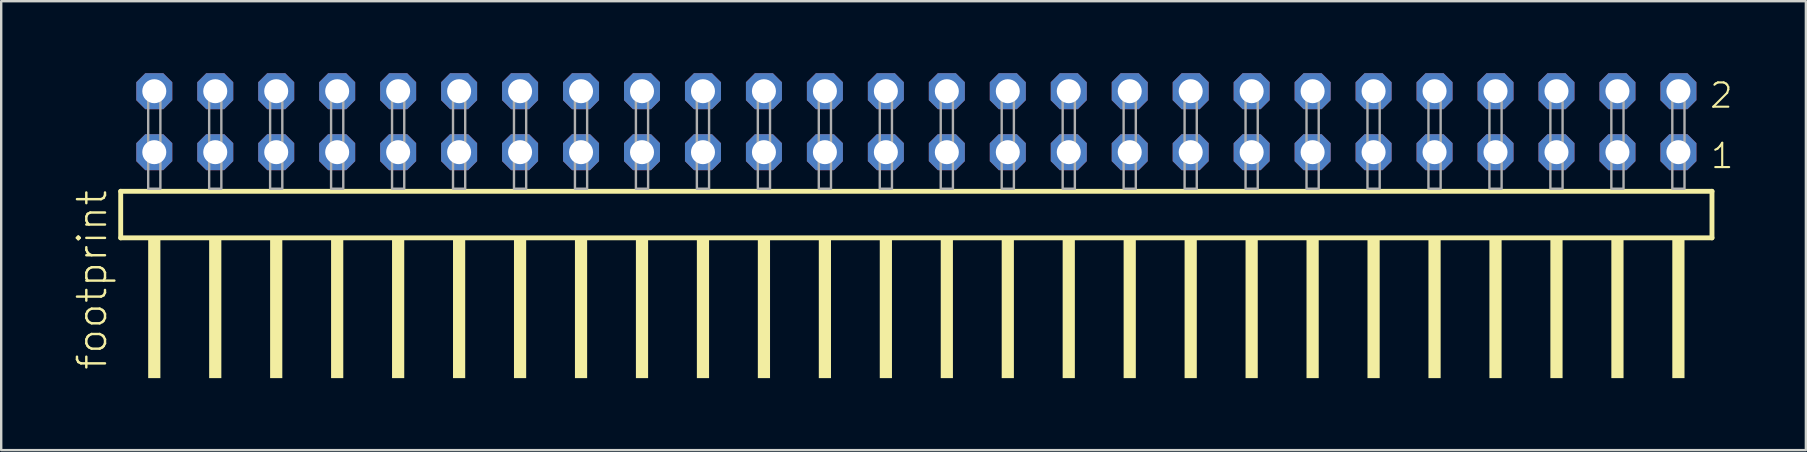
<source format=kicad_pcb>
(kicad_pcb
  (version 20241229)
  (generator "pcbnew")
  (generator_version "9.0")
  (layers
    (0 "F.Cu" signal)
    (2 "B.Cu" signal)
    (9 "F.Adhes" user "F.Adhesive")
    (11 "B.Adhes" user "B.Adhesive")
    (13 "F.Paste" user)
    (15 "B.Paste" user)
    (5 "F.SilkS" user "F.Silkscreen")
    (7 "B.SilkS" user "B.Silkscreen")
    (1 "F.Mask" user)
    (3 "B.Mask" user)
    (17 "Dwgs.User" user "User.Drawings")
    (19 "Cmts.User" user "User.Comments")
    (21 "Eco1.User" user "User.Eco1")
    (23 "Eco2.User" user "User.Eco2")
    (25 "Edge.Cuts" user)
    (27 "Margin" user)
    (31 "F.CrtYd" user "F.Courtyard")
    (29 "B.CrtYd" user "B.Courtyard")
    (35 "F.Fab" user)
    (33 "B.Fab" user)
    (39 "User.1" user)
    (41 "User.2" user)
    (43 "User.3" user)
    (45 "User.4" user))
  (footprint "footprint"
    (layer "F.Cu")
    (at 35.128 4.814)
    (property "Reference" "footprint" (at -33.655 7.62 90) (layer "F.SilkS") (effects (font (size 1.168 1.168) (thickness 0.102)) (justify left bottom)))
    (fp_line (start -33.149 0.106) (end -33.149 2.046) (stroke (width 0.203) (type solid)) (layer "F.SilkS"))
    (fp_line (start -33.149 2.046) (end 33.149 2.046) (stroke (width 0.203) (type solid)) (layer "F.SilkS"))
    (fp_line (start 33.149 0.106) (end -33.149 0.106) (stroke (width 0.203) (type solid)) (layer "F.SilkS"))
    (fp_line (start 33.149 2.046) (end 33.149 0.106) (stroke (width 0.203) (type solid)) (layer "F.SilkS"))
    (fp_poly (pts (xy -32.004 7.89) (xy -31.496 7.89) (xy -31.496 2.04) (xy -32.004 2.04)) (stroke (width 0) (type solid)) (fill yes) (layer "F.SilkS"))
    (fp_poly (pts (xy -29.464 7.89) (xy -28.956 7.89) (xy -28.956 2.04) (xy -29.464 2.04)) (stroke (width 0) (type solid)) (fill yes) (layer "F.SilkS"))
    (fp_poly (pts (xy -26.924 7.89) (xy -26.416 7.89) (xy -26.416 2.04) (xy -26.924 2.04)) (stroke (width 0) (type solid)) (fill yes) (layer "F.SilkS"))
    (fp_poly (pts (xy -24.384 7.89) (xy -23.876 7.89) (xy -23.876 2.04) (xy -24.384 2.04)) (stroke (width 0) (type solid)) (fill yes) (layer "F.SilkS"))
    (fp_poly (pts (xy -21.844 7.89) (xy -21.336 7.89) (xy -21.336 2.04) (xy -21.844 2.04)) (stroke (width 0) (type solid)) (fill yes) (layer "F.SilkS"))
    (fp_poly (pts (xy -19.304 7.89) (xy -18.796 7.89) (xy -18.796 2.04) (xy -19.304 2.04)) (stroke (width 0) (type solid)) (fill yes) (layer "F.SilkS"))
    (fp_poly (pts (xy -16.764 7.89) (xy -16.256 7.89) (xy -16.256 2.04) (xy -16.764 2.04)) (stroke (width 0) (type solid)) (fill yes) (layer "F.SilkS"))
    (fp_poly (pts (xy -14.224 7.89) (xy -13.716 7.89) (xy -13.716 2.04) (xy -14.224 2.04)) (stroke (width 0) (type solid)) (fill yes) (layer "F.SilkS"))
    (fp_poly (pts (xy -11.684 7.89) (xy -11.176 7.89) (xy -11.176 2.04) (xy -11.684 2.04)) (stroke (width 0) (type solid)) (fill yes) (layer "F.SilkS"))
    (fp_poly (pts (xy -9.144 7.89) (xy -8.636 7.89) (xy -8.636 2.04) (xy -9.144 2.04)) (stroke (width 0) (type solid)) (fill yes) (layer "F.SilkS"))
    (fp_poly (pts (xy -6.604 7.89) (xy -6.096 7.89) (xy -6.096 2.04) (xy -6.604 2.04)) (stroke (width 0) (type solid)) (fill yes) (layer "F.SilkS"))
    (fp_poly (pts (xy -4.064 7.89) (xy -3.556 7.89) (xy -3.556 2.04) (xy -4.064 2.04)) (stroke (width 0) (type solid)) (fill yes) (layer "F.SilkS"))
    (fp_poly (pts (xy -1.524 7.89) (xy -1.016 7.89) (xy -1.016 2.04) (xy -1.524 2.04)) (stroke (width 0) (type solid)) (fill yes) (layer "F.SilkS"))
    (fp_poly (pts (xy 1.016 7.89) (xy 1.524 7.89) (xy 1.524 2.04) (xy 1.016 2.04)) (stroke (width 0) (type solid)) (fill yes) (layer "F.SilkS"))
    (fp_poly (pts (xy 3.556 7.89) (xy 4.064 7.89) (xy 4.064 2.04) (xy 3.556 2.04)) (stroke (width 0) (type solid)) (fill yes) (layer "F.SilkS"))
    (fp_poly (pts (xy 6.096 7.89) (xy 6.604 7.89) (xy 6.604 2.04) (xy 6.096 2.04)) (stroke (width 0) (type solid)) (fill yes) (layer "F.SilkS"))
    (fp_poly (pts (xy 8.636 7.89) (xy 9.144 7.89) (xy 9.144 2.04) (xy 8.636 2.04)) (stroke (width 0) (type solid)) (fill yes) (layer "F.SilkS"))
    (fp_poly (pts (xy 11.176 7.89) (xy 11.684 7.89) (xy 11.684 2.04) (xy 11.176 2.04)) (stroke (width 0) (type solid)) (fill yes) (layer "F.SilkS"))
    (fp_poly (pts (xy 13.716 7.89) (xy 14.224 7.89) (xy 14.224 2.04) (xy 13.716 2.04)) (stroke (width 0) (type solid)) (fill yes) (layer "F.SilkS"))
    (fp_poly (pts (xy 16.256 7.89) (xy 16.764 7.89) (xy 16.764 2.04) (xy 16.256 2.04)) (stroke (width 0) (type solid)) (fill yes) (layer "F.SilkS"))
    (fp_poly (pts (xy 18.796 7.89) (xy 19.304 7.89) (xy 19.304 2.04) (xy 18.796 2.04)) (stroke (width 0) (type solid)) (fill yes) (layer "F.SilkS"))
    (fp_poly (pts (xy 21.336 7.89) (xy 21.844 7.89) (xy 21.844 2.04) (xy 21.336 2.04)) (stroke (width 0) (type solid)) (fill yes) (layer "F.SilkS"))
    (fp_poly (pts (xy 23.876 7.89) (xy 24.384 7.89) (xy 24.384 2.04) (xy 23.876 2.04)) (stroke (width 0) (type solid)) (fill yes) (layer "F.SilkS"))
    (fp_poly (pts (xy 26.416 7.89) (xy 26.924 7.89) (xy 26.924 2.04) (xy 26.416 2.04)) (stroke (width 0) (type solid)) (fill yes) (layer "F.SilkS"))
    (fp_poly (pts (xy 28.956 7.89) (xy 29.464 7.89) (xy 29.464 2.04) (xy 28.956 2.04)) (stroke (width 0) (type solid)) (fill yes) (layer "F.SilkS"))
    (fp_poly (pts (xy 31.496 7.89) (xy 32.004 7.89) (xy 32.004 2.04) (xy 31.496 2.04)) (stroke (width 0) (type solid)) (fill yes) (layer "F.SilkS"))
    (fp_poly (pts (xy -32.004 0) (xy -31.496 0) (xy -31.496 -4.318) (xy -32.004 -4.318)) (stroke (width 0.1) (type solid)) (fill no) (layer "F.Fab"))
    (fp_poly (pts (xy -29.464 0) (xy -28.956 0) (xy -28.956 -4.318) (xy -29.464 -4.318)) (stroke (width 0.1) (type solid)) (fill no) (layer "F.Fab"))
    (fp_poly (pts (xy -26.924 0) (xy -26.416 0) (xy -26.416 -4.318) (xy -26.924 -4.318)) (stroke (width 0.1) (type solid)) (fill no) (layer "F.Fab"))
    (fp_poly (pts (xy -24.384 0) (xy -23.876 0) (xy -23.876 -4.318) (xy -24.384 -4.318)) (stroke (width 0.1) (type solid)) (fill no) (layer "F.Fab"))
    (fp_poly (pts (xy -21.844 0) (xy -21.336 0) (xy -21.336 -4.318) (xy -21.844 -4.318)) (stroke (width 0.1) (type solid)) (fill no) (layer "F.Fab"))
    (fp_poly (pts (xy -19.304 0) (xy -18.796 0) (xy -18.796 -4.318) (xy -19.304 -4.318)) (stroke (width 0.1) (type solid)) (fill no) (layer "F.Fab"))
    (fp_poly (pts (xy -16.764 0) (xy -16.256 0) (xy -16.256 -4.318) (xy -16.764 -4.318)) (stroke (width 0.1) (type solid)) (fill no) (layer "F.Fab"))
    (fp_poly (pts (xy -14.224 0) (xy -13.716 0) (xy -13.716 -4.318) (xy -14.224 -4.318)) (stroke (width 0.1) (type solid)) (fill no) (layer "F.Fab"))
    (fp_poly (pts (xy -11.684 0) (xy -11.176 0) (xy -11.176 -4.318) (xy -11.684 -4.318)) (stroke (width 0.1) (type solid)) (fill no) (layer "F.Fab"))
    (fp_poly (pts (xy -9.144 0) (xy -8.636 0) (xy -8.636 -4.318) (xy -9.144 -4.318)) (stroke (width 0.1) (type solid)) (fill no) (layer "F.Fab"))
    (fp_poly (pts (xy -6.604 0) (xy -6.096 0) (xy -6.096 -4.318) (xy -6.604 -4.318)) (stroke (width 0.1) (type solid)) (fill no) (layer "F.Fab"))
    (fp_poly (pts (xy -4.064 0) (xy -3.556 0) (xy -3.556 -4.318) (xy -4.064 -4.318)) (stroke (width 0.1) (type solid)) (fill no) (layer "F.Fab"))
    (fp_poly (pts (xy -1.524 0) (xy -1.016 0) (xy -1.016 -4.318) (xy -1.524 -4.318)) (stroke (width 0.1) (type solid)) (fill no) (layer "F.Fab"))
    (fp_poly (pts (xy 1.016 0) (xy 1.524 0) (xy 1.524 -4.318) (xy 1.016 -4.318)) (stroke (width 0.1) (type solid)) (fill no) (layer "F.Fab"))
    (fp_poly (pts (xy 3.556 0) (xy 4.064 0) (xy 4.064 -4.318) (xy 3.556 -4.318)) (stroke (width 0.1) (type solid)) (fill no) (layer "F.Fab"))
    (fp_poly (pts (xy 6.096 0) (xy 6.604 0) (xy 6.604 -4.318) (xy 6.096 -4.318)) (stroke (width 0.1) (type solid)) (fill no) (layer "F.Fab"))
    (fp_poly (pts (xy 8.636 0) (xy 9.144 0) (xy 9.144 -4.318) (xy 8.636 -4.318)) (stroke (width 0.1) (type solid)) (fill no) (layer "F.Fab"))
    (fp_poly (pts (xy 11.176 0) (xy 11.684 0) (xy 11.684 -4.318) (xy 11.176 -4.318)) (stroke (width 0.1) (type solid)) (fill no) (layer "F.Fab"))
    (fp_poly (pts (xy 13.716 0) (xy 14.224 0) (xy 14.224 -4.318) (xy 13.716 -4.318)) (stroke (width 0.1) (type solid)) (fill no) (layer "F.Fab"))
    (fp_poly (pts (xy 16.256 0) (xy 16.764 0) (xy 16.764 -4.318) (xy 16.256 -4.318)) (stroke (width 0.1) (type solid)) (fill no) (layer "F.Fab"))
    (fp_poly (pts (xy 18.796 0) (xy 19.304 0) (xy 19.304 -4.318) (xy 18.796 -4.318)) (stroke (width 0.1) (type solid)) (fill no) (layer "F.Fab"))
    (fp_poly (pts (xy 21.336 0) (xy 21.844 0) (xy 21.844 -4.318) (xy 21.336 -4.318)) (stroke (width 0.1) (type solid)) (fill no) (layer "F.Fab"))
    (fp_poly (pts (xy 23.876 0) (xy 24.384 0) (xy 24.384 -4.318) (xy 23.876 -4.318)) (stroke (width 0.1) (type solid)) (fill no) (layer "F.Fab"))
    (fp_poly (pts (xy 26.416 0) (xy 26.924 0) (xy 26.924 -4.318) (xy 26.416 -4.318)) (stroke (width 0.1) (type solid)) (fill no) (layer "F.Fab"))
    (fp_poly (pts (xy 28.956 0) (xy 29.464 0) (xy 29.464 -4.318) (xy 28.956 -4.318)) (stroke (width 0.1) (type solid)) (fill no) (layer "F.Fab"))
    (fp_poly (pts (xy 31.496 0) (xy 32.004 0) (xy 32.004 -4.318) (xy 31.496 -4.318)) (stroke (width 0.1) (type solid)) (fill no) (layer "F.Fab"))
    (fp_text user "2" (at 33 -3.29 0) (layer "F.SilkS") (effects (font (size 1.012 1.012) (thickness 0.088)) (justify left bottom)))
    (fp_text user "1" (at 33.035 -0.775 0) (layer "F.SilkS") (effects (font (size 1.012 1.012) (thickness 0.088)) (justify left bottom)))
    (pad "1" thru_hole roundrect (at 31.75 -1.524 180) (size 1.5 1.5) (drill 1) (layers "*.Cu" "*.Mask") (roundrect_rratio 0.25) (chamfer_ratio 0.25) (chamfer top_left top_right bottom_left bottom_right))
    (pad "2" thru_hole roundrect (at 31.75 -4.064 180) (size 1.5 1.5) (drill 1) (layers "*.Cu" "*.Mask") (roundrect_rratio 0.25) (chamfer_ratio 0.25) (chamfer top_left top_right bottom_left bottom_right))
    (pad "3" thru_hole roundrect (at 29.21 -1.524 180) (size 1.5 1.5) (drill 1) (layers "*.Cu" "*.Mask") (roundrect_rratio 0.25) (chamfer_ratio 0.25) (chamfer top_left top_right bottom_left bottom_right))
    (pad "4" thru_hole roundrect (at 29.21 -4.064 180) (size 1.5 1.5) (drill 1) (layers "*.Cu" "*.Mask") (roundrect_rratio 0.25) (chamfer_ratio 0.25) (chamfer top_left top_right bottom_left bottom_right))
    (pad "5" thru_hole roundrect (at 26.67 -1.524 180) (size 1.5 1.5) (drill 1) (layers "*.Cu" "*.Mask") (roundrect_rratio 0.25) (chamfer_ratio 0.25) (chamfer top_left top_right bottom_left bottom_right))
    (pad "6" thru_hole roundrect (at 26.67 -4.064 180) (size 1.5 1.5) (drill 1) (layers "*.Cu" "*.Mask") (roundrect_rratio 0.25) (chamfer_ratio 0.25) (chamfer top_left top_right bottom_left bottom_right))
    (pad "7" thru_hole roundrect (at 24.13 -1.524 180) (size 1.5 1.5) (drill 1) (layers "*.Cu" "*.Mask") (roundrect_rratio 0.25) (chamfer_ratio 0.25) (chamfer top_left top_right bottom_left bottom_right))
    (pad "8" thru_hole roundrect (at 24.13 -4.064 180) (size 1.5 1.5) (drill 1) (layers "*.Cu" "*.Mask") (roundrect_rratio 0.25) (chamfer_ratio 0.25) (chamfer top_left top_right bottom_left bottom_right))
    (pad "9" thru_hole roundrect (at 21.59 -1.524 180) (size 1.5 1.5) (drill 1) (layers "*.Cu" "*.Mask") (roundrect_rratio 0.25) (chamfer_ratio 0.25) (chamfer top_left top_right bottom_left bottom_right))
    (pad "10" thru_hole roundrect (at 21.59 -4.064 180) (size 1.5 1.5) (drill 1) (layers "*.Cu" "*.Mask") (roundrect_rratio 0.25) (chamfer_ratio 0.25) (chamfer top_left top_right bottom_left bottom_right))
    (pad "11" thru_hole roundrect (at 19.05 -1.524 180) (size 1.5 1.5) (drill 1) (layers "*.Cu" "*.Mask") (roundrect_rratio 0.25) (chamfer_ratio 0.25) (chamfer top_left top_right bottom_left bottom_right))
    (pad "12" thru_hole roundrect (at 19.05 -4.064 180) (size 1.5 1.5) (drill 1) (layers "*.Cu" "*.Mask") (roundrect_rratio 0.25) (chamfer_ratio 0.25) (chamfer top_left top_right bottom_left bottom_right))
    (pad "13" thru_hole roundrect (at 16.51 -1.524 180) (size 1.5 1.5) (drill 1) (layers "*.Cu" "*.Mask") (roundrect_rratio 0.25) (chamfer_ratio 0.25) (chamfer top_left top_right bottom_left bottom_right))
    (pad "14" thru_hole roundrect (at 16.51 -4.064 180) (size 1.5 1.5) (drill 1) (layers "*.Cu" "*.Mask") (roundrect_rratio 0.25) (chamfer_ratio 0.25) (chamfer top_left top_right bottom_left bottom_right))
    (pad "15" thru_hole roundrect (at 13.97 -1.524 180) (size 1.5 1.5) (drill 1) (layers "*.Cu" "*.Mask") (roundrect_rratio 0.25) (chamfer_ratio 0.25) (chamfer top_left top_right bottom_left bottom_right))
    (pad "16" thru_hole roundrect (at 13.97 -4.064 180) (size 1.5 1.5) (drill 1) (layers "*.Cu" "*.Mask") (roundrect_rratio 0.25) (chamfer_ratio 0.25) (chamfer top_left top_right bottom_left bottom_right))
    (pad "17" thru_hole roundrect (at 11.43 -1.524 180) (size 1.5 1.5) (drill 1) (layers "*.Cu" "*.Mask") (roundrect_rratio 0.25) (chamfer_ratio 0.25) (chamfer top_left top_right bottom_left bottom_right))
    (pad "18" thru_hole roundrect (at 11.43 -4.064 180) (size 1.5 1.5) (drill 1) (layers "*.Cu" "*.Mask") (roundrect_rratio 0.25) (chamfer_ratio 0.25) (chamfer top_left top_right bottom_left bottom_right))
    (pad "19" thru_hole roundrect (at 8.89 -1.524 180) (size 1.5 1.5) (drill 1) (layers "*.Cu" "*.Mask") (roundrect_rratio 0.25) (chamfer_ratio 0.25) (chamfer top_left top_right bottom_left bottom_right))
    (pad "20" thru_hole roundrect (at 8.89 -4.064 180) (size 1.5 1.5) (drill 1) (layers "*.Cu" "*.Mask") (roundrect_rratio 0.25) (chamfer_ratio 0.25) (chamfer top_left top_right bottom_left bottom_right))
    (pad "21" thru_hole roundrect (at 6.35 -1.524 180) (size 1.5 1.5) (drill 1) (layers "*.Cu" "*.Mask") (roundrect_rratio 0.25) (chamfer_ratio 0.25) (chamfer top_left top_right bottom_left bottom_right))
    (pad "22" thru_hole roundrect (at 6.35 -4.064 180) (size 1.5 1.5) (drill 1) (layers "*.Cu" "*.Mask") (roundrect_rratio 0.25) (chamfer_ratio 0.25) (chamfer top_left top_right bottom_left bottom_right))
    (pad "23" thru_hole roundrect (at 3.81 -1.524 180) (size 1.5 1.5) (drill 1) (layers "*.Cu" "*.Mask") (roundrect_rratio 0.25) (chamfer_ratio 0.25) (chamfer top_left top_right bottom_left bottom_right))
    (pad "24" thru_hole roundrect (at 3.81 -4.064 180) (size 1.5 1.5) (drill 1) (layers "*.Cu" "*.Mask") (roundrect_rratio 0.25) (chamfer_ratio 0.25) (chamfer top_left top_right bottom_left bottom_right))
    (pad "25" thru_hole roundrect (at 1.27 -1.524 180) (size 1.5 1.5) (drill 1) (layers "*.Cu" "*.Mask") (roundrect_rratio 0.25) (chamfer_ratio 0.25) (chamfer top_left top_right bottom_left bottom_right))
    (pad "26" thru_hole roundrect (at 1.27 -4.064 180) (size 1.5 1.5) (drill 1) (layers "*.Cu" "*.Mask") (roundrect_rratio 0.25) (chamfer_ratio 0.25) (chamfer top_left top_right bottom_left bottom_right))
    (pad "27" thru_hole roundrect (at -1.27 -1.524 180) (size 1.5 1.5) (drill 1) (layers "*.Cu" "*.Mask") (roundrect_rratio 0.25) (chamfer_ratio 0.25) (chamfer top_left top_right bottom_left bottom_right))
    (pad "28" thru_hole roundrect (at -1.27 -4.064 180) (size 1.5 1.5) (drill 1) (layers "*.Cu" "*.Mask") (roundrect_rratio 0.25) (chamfer_ratio 0.25) (chamfer top_left top_right bottom_left bottom_right))
    (pad "29" thru_hole roundrect (at -3.81 -1.524 180) (size 1.5 1.5) (drill 1) (layers "*.Cu" "*.Mask") (roundrect_rratio 0.25) (chamfer_ratio 0.25) (chamfer top_left top_right bottom_left bottom_right))
    (pad "30" thru_hole roundrect (at -3.81 -4.064 180) (size 1.5 1.5) (drill 1) (layers "*.Cu" "*.Mask") (roundrect_rratio 0.25) (chamfer_ratio 0.25) (chamfer top_left top_right bottom_left bottom_right))
    (pad "31" thru_hole roundrect (at -6.35 -1.524 180) (size 1.5 1.5) (drill 1) (layers "*.Cu" "*.Mask") (roundrect_rratio 0.25) (chamfer_ratio 0.25) (chamfer top_left top_right bottom_left bottom_right))
    (pad "32" thru_hole roundrect (at -6.35 -4.064 180) (size 1.5 1.5) (drill 1) (layers "*.Cu" "*.Mask") (roundrect_rratio 0.25) (chamfer_ratio 0.25) (chamfer top_left top_right bottom_left bottom_right))
    (pad "33" thru_hole roundrect (at -8.89 -1.524 180) (size 1.5 1.5) (drill 1) (layers "*.Cu" "*.Mask") (roundrect_rratio 0.25) (chamfer_ratio 0.25) (chamfer top_left top_right bottom_left bottom_right))
    (pad "34" thru_hole roundrect (at -8.89 -4.064 180) (size 1.5 1.5) (drill 1) (layers "*.Cu" "*.Mask") (roundrect_rratio 0.25) (chamfer_ratio 0.25) (chamfer top_left top_right bottom_left bottom_right))
    (pad "35" thru_hole roundrect (at -11.43 -1.524 180) (size 1.5 1.5) (drill 1) (layers "*.Cu" "*.Mask") (roundrect_rratio 0.25) (chamfer_ratio 0.25) (chamfer top_left top_right bottom_left bottom_right))
    (pad "36" thru_hole roundrect (at -11.43 -4.064 180) (size 1.5 1.5) (drill 1) (layers "*.Cu" "*.Mask") (roundrect_rratio 0.25) (chamfer_ratio 0.25) (chamfer top_left top_right bottom_left bottom_right))
    (pad "37" thru_hole roundrect (at -13.97 -1.524 180) (size 1.5 1.5) (drill 1) (layers "*.Cu" "*.Mask") (roundrect_rratio 0.25) (chamfer_ratio 0.25) (chamfer top_left top_right bottom_left bottom_right))
    (pad "38" thru_hole roundrect (at -13.97 -4.064 180) (size 1.5 1.5) (drill 1) (layers "*.Cu" "*.Mask") (roundrect_rratio 0.25) (chamfer_ratio 0.25) (chamfer top_left top_right bottom_left bottom_right))
    (pad "39" thru_hole roundrect (at -16.51 -1.524 180) (size 1.5 1.5) (drill 1) (layers "*.Cu" "*.Mask") (roundrect_rratio 0.25) (chamfer_ratio 0.25) (chamfer top_left top_right bottom_left bottom_right))
    (pad "40" thru_hole roundrect (at -16.51 -4.064 180) (size 1.5 1.5) (drill 1) (layers "*.Cu" "*.Mask") (roundrect_rratio 0.25) (chamfer_ratio 0.25) (chamfer top_left top_right bottom_left bottom_right))
    (pad "41" thru_hole roundrect (at -19.05 -1.524 180) (size 1.5 1.5) (drill 1) (layers "*.Cu" "*.Mask") (roundrect_rratio 0.25) (chamfer_ratio 0.25) (chamfer top_left top_right bottom_left bottom_right))
    (pad "42" thru_hole roundrect (at -19.05 -4.064 180) (size 1.5 1.5) (drill 1) (layers "*.Cu" "*.Mask") (roundrect_rratio 0.25) (chamfer_ratio 0.25) (chamfer top_left top_right bottom_left bottom_right))
    (pad "43" thru_hole roundrect (at -21.59 -1.524 180) (size 1.5 1.5) (drill 1) (layers "*.Cu" "*.Mask") (roundrect_rratio 0.25) (chamfer_ratio 0.25) (chamfer top_left top_right bottom_left bottom_right))
    (pad "44" thru_hole roundrect (at -21.59 -4.064 180) (size 1.5 1.5) (drill 1) (layers "*.Cu" "*.Mask") (roundrect_rratio 0.25) (chamfer_ratio 0.25) (chamfer top_left top_right bottom_left bottom_right))
    (pad "45" thru_hole roundrect (at -24.13 -1.524 180) (size 1.5 1.5) (drill 1) (layers "*.Cu" "*.Mask") (roundrect_rratio 0.25) (chamfer_ratio 0.25) (chamfer top_left top_right bottom_left bottom_right))
    (pad "46" thru_hole roundrect (at -24.13 -4.064 180) (size 1.5 1.5) (drill 1) (layers "*.Cu" "*.Mask") (roundrect_rratio 0.25) (chamfer_ratio 0.25) (chamfer top_left top_right bottom_left bottom_right))
    (pad "47" thru_hole roundrect (at -26.67 -1.524 180) (size 1.5 1.5) (drill 1) (layers "*.Cu" "*.Mask") (roundrect_rratio 0.25) (chamfer_ratio 0.25) (chamfer top_left top_right bottom_left bottom_right))
    (pad "48" thru_hole roundrect (at -26.67 -4.064 180) (size 1.5 1.5) (drill 1) (layers "*.Cu" "*.Mask") (roundrect_rratio 0.25) (chamfer_ratio 0.25) (chamfer top_left top_right bottom_left bottom_right))
    (pad "49" thru_hole roundrect (at -29.21 -1.524 180) (size 1.5 1.5) (drill 1) (layers "*.Cu" "*.Mask") (roundrect_rratio 0.25) (chamfer_ratio 0.25) (chamfer top_left top_right bottom_left bottom_right))
    (pad "50" thru_hole roundrect (at -29.21 -4.064 180) (size 1.5 1.5) (drill 1) (layers "*.Cu" "*.Mask") (roundrect_rratio 0.25) (chamfer_ratio 0.25) (chamfer top_left top_right bottom_left bottom_right))
    (pad "51" thru_hole roundrect (at -31.75 -1.524 180) (size 1.5 1.5) (drill 1) (layers "*.Cu" "*.Mask") (roundrect_rratio 0.25) (chamfer_ratio 0.25) (chamfer top_left top_right bottom_left bottom_right))
    (pad "52" thru_hole roundrect (at -31.75 -4.064 180) (size 1.5 1.5) (drill 1) (layers "*.Cu" "*.Mask") (roundrect_rratio 0.25) (chamfer_ratio 0.25) (chamfer top_left top_right bottom_left bottom_right)))
  (gr_rect
    (start -3 -3)
    (end 72.189 15.704)
    (stroke (width 0.1) (type default))
    (fill no)
    (layer "Edge.Cuts")))
</source>
